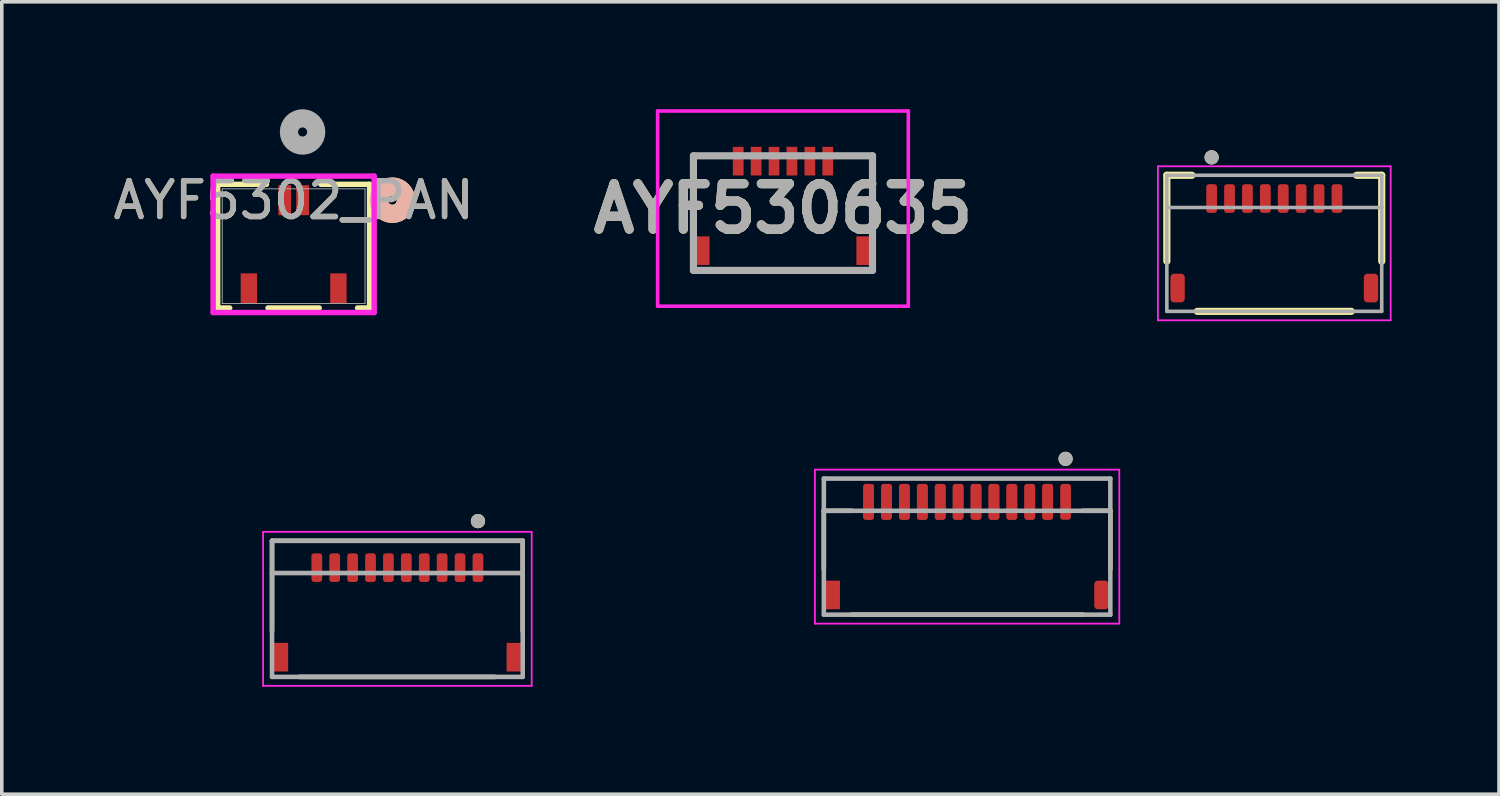
<source format=kicad_pcb>
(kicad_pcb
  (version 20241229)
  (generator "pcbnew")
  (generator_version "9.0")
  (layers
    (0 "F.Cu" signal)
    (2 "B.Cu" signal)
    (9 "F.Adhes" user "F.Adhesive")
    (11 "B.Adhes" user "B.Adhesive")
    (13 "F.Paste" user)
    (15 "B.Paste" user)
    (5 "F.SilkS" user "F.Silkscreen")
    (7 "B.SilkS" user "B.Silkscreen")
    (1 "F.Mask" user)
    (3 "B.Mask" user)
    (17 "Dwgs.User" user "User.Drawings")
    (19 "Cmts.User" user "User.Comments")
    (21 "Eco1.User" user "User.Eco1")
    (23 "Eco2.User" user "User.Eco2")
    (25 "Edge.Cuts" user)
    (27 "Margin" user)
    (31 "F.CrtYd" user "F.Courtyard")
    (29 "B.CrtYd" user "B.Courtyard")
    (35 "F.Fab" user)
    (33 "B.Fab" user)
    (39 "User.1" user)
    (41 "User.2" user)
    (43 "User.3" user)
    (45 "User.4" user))
  (footprint "AYF530635"
    (layer "F.Cu")
    (at 18.813 2.9)
    (property "Reference" "AYF530635" (at 0 -0.125 0) (layer "F.SilkS") (effects (font (size 1.27 1.27) (thickness 0.254))))
    (attr smd)
    (fp_line (start 1.5 1.6) (end -1.5 1.6) (stroke (width 0.1) (type solid)) (layer "F.SilkS"))
    (fp_line (start -3.5 -2.85) (end 3.5 -2.85) (stroke (width 0.1) (type solid)) (layer "F.CrtYd"))
    (fp_line (start -3.5 2.6) (end -3.5 -2.85) (stroke (width 0.1) (type solid)) (layer "F.CrtYd"))
    (fp_line (start 3.5 -2.85) (end 3.5 2.6) (stroke (width 0.1) (type solid)) (layer "F.CrtYd"))
    (fp_line (start 3.5 2.6) (end -3.5 2.6) (stroke (width 0.1) (type solid)) (layer "F.CrtYd"))
    (fp_line (start -2.5 -1.6) (end 2.5 -1.6) (stroke (width 0.2) (type solid)) (layer "F.Fab"))
    (fp_line (start -2.5 1.6) (end -2.5 -1.6) (stroke (width 0.2) (type solid)) (layer "F.Fab"))
    (fp_line (start 2.5 -1.6) (end 2.5 1.6) (stroke (width 0.2) (type solid)) (layer "F.Fab"))
    (fp_line (start 2.5 1.6) (end -2.5 1.6) (stroke (width 0.2) (type solid)) (layer "F.Fab"))
    (fp_text user "${REFERENCE}" (at 0 -0.125 0) (layer "F.Fab") (effects (font (size 1.27 1.27) (thickness 0.254))))
    (pad "1" smd rect (at -1.25 -1.45) (size 0.3 0.8) (layers "F.Cu" "F.Mask" "F.Paste"))
    (pad "2" smd rect (at -0.75 -1.45) (size 0.3 0.8) (layers "F.Cu" "F.Mask" "F.Paste"))
    (pad "3" smd rect (at -0.25 -1.45) (size 0.3 0.8) (layers "F.Cu" "F.Mask" "F.Paste"))
    (pad "4" smd rect (at 0.25 -1.45) (size 0.3 0.8) (layers "F.Cu" "F.Mask" "F.Paste"))
    (pad "5" smd rect (at 0.75 -1.45) (size 0.3 0.8) (layers "F.Cu" "F.Mask" "F.Paste"))
    (pad "6" smd rect (at 1.25 -1.45) (size 0.3 0.8) (layers "F.Cu" "F.Mask" "F.Paste"))
    (pad "7" smd rect (at -2.25 1.05) (size 0.4 0.8) (layers "F.Cu" "F.Mask" "F.Paste"))
    (pad "7" smd rect (at 2.25 1.05) (size 0.4 0.8) (layers "F.Cu" "F.Mask" "F.Paste")))
  (footprint "AYF5302_PAN"
    (layer "F.Cu")
    (at 5.149 3.823)
    (property "Reference" "AYF5302_PAN" (at 0 -1.283 0) (unlocked yes) (layer "F.SilkS") (effects (font (size 1 1) (thickness 0.15))))
    (attr smd)
    (fp_line (start -2.121 -1.727) (end -2.121 1.727) (stroke (width 0.152) (type solid)) (layer "F.SilkS"))
    (fp_line (start -2.121 1.727) (end -1.785 1.727) (stroke (width 0.152) (type solid)) (layer "F.SilkS"))
    (fp_line (start -0.76 -1.727) (end -2.121 -1.727) (stroke (width 0.152) (type solid)) (layer "F.SilkS"))
    (fp_line (start -0.715 1.727) (end 0.715 1.727) (stroke (width 0.152) (type solid)) (layer "F.SilkS"))
    (fp_line (start 1.785 1.727) (end 2.121 1.727) (stroke (width 0.152) (type solid)) (layer "F.SilkS"))
    (fp_line (start 2.121 -1.727) (end 0.76 -1.727) (stroke (width 0.152) (type solid)) (layer "F.SilkS"))
    (fp_line (start 2.121 1.727) (end 2.121 -1.727) (stroke (width 0.152) (type solid)) (layer "F.SilkS"))
    (fp_circle (center 2.756 -1.283) (end 3.137 -1.283) (stroke (width 0.508) (type solid)) (fill no) (layer "F.SilkS"))
    (fp_circle (center 2.756 -1.283) (end 3.137 -1.283) (stroke (width 0.508) (type solid)) (fill no) (layer "B.SilkS"))
    (fp_line (start -2.248 -1.956) (end -2.248 1.854) (stroke (width 0.152) (type solid)) (layer "F.CrtYd"))
    (fp_line (start -2.248 1.854) (end 2.248 1.854) (stroke (width 0.152) (type solid)) (layer "F.CrtYd"))
    (fp_line (start 2.248 -1.956) (end -2.248 -1.956) (stroke (width 0.152) (type solid)) (layer "F.CrtYd"))
    (fp_line (start 2.248 1.854) (end 2.248 -1.956) (stroke (width 0.152) (type solid)) (layer "F.CrtYd"))
    (fp_line (start -1.994 -1.6) (end -1.994 1.6) (stroke (width 0.025) (type solid)) (layer "F.Fab"))
    (fp_line (start -1.994 1.6) (end 1.994 1.6) (stroke (width 0.025) (type solid)) (layer "F.Fab"))
    (fp_line (start 1.994 -1.6) (end -1.994 -1.6) (stroke (width 0.025) (type solid)) (layer "F.Fab"))
    (fp_line (start 1.994 1.6) (end 1.994 -1.6) (stroke (width 0.025) (type solid)) (layer "F.Fab"))
    (fp_circle (center 0.25 -3.188) (end 0.631 -3.188) (stroke (width 0.508) (type solid)) (fill no) (layer "F.Fab"))
    (fp_text user "${REFERENCE}" (at 0 -1.283 0) (unlocked yes) (layer "F.Fab") (effects (font (size 1 1) (thickness 0.15))))
    (pad "1" smd rect (at 0.25 -1.283) (size 0.356 0.838) (layers "F.Cu" "F.Mask" "F.Paste"))
    (pad "2" smd rect (at -0.25 -1.283) (size 0.356 0.838) (layers "F.Cu" "F.Mask" "F.Paste"))
    (pad "3" smd rect (at -1.25 1.179) (size 0.457 0.838) (layers "F.Cu" "F.Mask" "F.Paste"))
    (pad "4" smd rect (at 1.25 1.179) (size 0.457 0.838) (layers "F.Cu" "F.Mask" "F.Paste")))
  (footprint "FH34SRJ-12S-0.5SH(50)"
    (layer "F.Cu")
    (at 23.954 12.313)
    (property "Reference" "FH34SRJ-12S-0.5SH(50)" (at -1.968 -2.756 0) (layer "User.2") (effects (font (size 0.64 0.64) (thickness 0.15))))
    (attr smd)
    (fp_line (start -4 -1.1) (end -4 0.53) (stroke (width 0.127) (type solid)) (layer "F.SilkS"))
    (fp_line (start -3.23 1.8) (end 3.23 1.8) (stroke (width 0.127) (type solid)) (layer "F.SilkS"))
    (fp_line (start -3.22 -1.1) (end -4 -1.1) (stroke (width 0.127) (type solid)) (layer "F.SilkS"))
    (fp_line (start 3.22 -1.1) (end 4 -1.1) (stroke (width 0.127) (type solid)) (layer "F.SilkS"))
    (fp_line (start 4 -1.1) (end 4 0.53) (stroke (width 0.127) (type solid)) (layer "F.SilkS"))
    (fp_circle (center 2.75 -2.55) (end 2.85 -2.55) (stroke (width 0.2) (type solid)) (fill no) (layer "F.SilkS"))
    (fp_rect (start -2.83 -1.79) (end -2.67 -1.05) (stroke (width 0.12) (type solid)) (fill yes) (layer "F.Paste"))
    (fp_rect (start -2.83 -1.78) (end -2.67 -1.05) (stroke (width 0.12) (type solid)) (fill yes) (layer "F.Paste"))
    (fp_rect (start -2.33 -1.79) (end -2.17 -1.05) (stroke (width 0.12) (type solid)) (fill yes) (layer "F.Paste"))
    (fp_rect (start -2.33 -1.78) (end -2.17 -1.05) (stroke (width 0.12) (type solid)) (fill yes) (layer "F.Paste"))
    (fp_rect (start -1.83 -1.79) (end -1.67 -1.05) (stroke (width 0.12) (type solid)) (fill yes) (layer "F.Paste"))
    (fp_rect (start -1.83 -1.78) (end -1.67 -1.05) (stroke (width 0.12) (type solid)) (fill yes) (layer "F.Paste"))
    (fp_rect (start -1.33 -1.79) (end -1.17 -1.05) (stroke (width 0.12) (type solid)) (fill yes) (layer "F.Paste"))
    (fp_rect (start -1.33 -1.78) (end -1.17 -1.05) (stroke (width 0.12) (type solid)) (fill yes) (layer "F.Paste"))
    (fp_rect (start -0.83 -1.79) (end -0.67 -1.05) (stroke (width 0.12) (type solid)) (fill yes) (layer "F.Paste"))
    (fp_rect (start -0.83 -1.78) (end -0.67 -1.05) (stroke (width 0.12) (type solid)) (fill yes) (layer "F.Paste"))
    (fp_rect (start -0.33 -1.79) (end -0.17 -1.05) (stroke (width 0.12) (type solid)) (fill yes) (layer "F.Paste"))
    (fp_rect (start -0.33 -1.78) (end -0.17 -1.05) (stroke (width 0.12) (type solid)) (fill yes) (layer "F.Paste"))
    (fp_rect (start 0.17 -1.79) (end 0.33 -1.05) (stroke (width 0.12) (type solid)) (fill yes) (layer "F.Paste"))
    (fp_rect (start 0.17 -1.78) (end 0.33 -1.05) (stroke (width 0.12) (type solid)) (fill yes) (layer "F.Paste"))
    (fp_rect (start 0.67 -1.79) (end 0.83 -1.05) (stroke (width 0.12) (type solid)) (fill yes) (layer "F.Paste"))
    (fp_rect (start 0.67 -1.78) (end 0.83 -1.05) (stroke (width 0.12) (type solid)) (fill yes) (layer "F.Paste"))
    (fp_rect (start 1.17 -1.79) (end 1.33 -1.05) (stroke (width 0.12) (type solid)) (fill yes) (layer "F.Paste"))
    (fp_rect (start 1.17 -1.78) (end 1.33 -1.05) (stroke (width 0.12) (type solid)) (fill yes) (layer "F.Paste"))
    (fp_rect (start 1.67 -1.79) (end 1.83 -1.05) (stroke (width 0.12) (type solid)) (fill yes) (layer "F.Paste"))
    (fp_rect (start 1.67 -1.78) (end 1.83 -1.05) (stroke (width 0.12) (type solid)) (fill yes) (layer "F.Paste"))
    (fp_rect (start 2.17 -1.79) (end 2.33 -1.05) (stroke (width 0.12) (type solid)) (fill yes) (layer "F.Paste"))
    (fp_rect (start 2.17 -1.78) (end 2.33 -1.05) (stroke (width 0.12) (type solid)) (fill yes) (layer "F.Paste"))
    (fp_rect (start 2.67 -1.78) (end 2.83 -1.05) (stroke (width 0.12) (type solid)) (fill yes) (layer "F.Paste"))
    (fp_line (start -4.25 -2.25) (end -4.25 2.05) (stroke (width 0.05) (type solid)) (layer "F.CrtYd"))
    (fp_line (start -4.25 2.05) (end 4.25 2.05) (stroke (width 0.05) (type solid)) (layer "F.CrtYd"))
    (fp_line (start 4.25 -2.25) (end -4.25 -2.25) (stroke (width 0.05) (type solid)) (layer "F.CrtYd"))
    (fp_line (start 4.25 2.05) (end 4.25 -2.25) (stroke (width 0.05) (type solid)) (layer "F.CrtYd"))
    (fp_line (start -4 -2) (end 4 -2) (stroke (width 0.127) (type solid)) (layer "F.Fab"))
    (fp_line (start -4 -1.1) (end -4 -2) (stroke (width 0.127) (type solid)) (layer "F.Fab"))
    (fp_line (start -4 -1.1) (end 4 -1.1) (stroke (width 0.127) (type solid)) (layer "F.Fab"))
    (fp_line (start -4 1.8) (end -4 -1.1) (stroke (width 0.127) (type solid)) (layer "F.Fab"))
    (fp_line (start 4 -2) (end 4 -1.1) (stroke (width 0.127) (type solid)) (layer "F.Fab"))
    (fp_line (start 4 -1.1) (end 4 1.8) (stroke (width 0.127) (type solid)) (layer "F.Fab"))
    (fp_line (start 4 1.8) (end -4 1.8) (stroke (width 0.127) (type solid)) (layer "F.Fab"))
    (fp_circle (center 2.75 -2.55) (end 2.85 -2.55) (stroke (width 0.2) (type solid)) (fill no) (layer "F.Fab"))
    (pad "1" smd roundrect (at 2.75 -1.35) (size 0.3 1) (layers "F.Cu" "F.Mask") (roundrect_rratio 0.25))
    (pad "2" smd roundrect (at 2.25 -1.35) (size 0.3 1) (layers "F.Cu" "F.Mask") (roundrect_rratio 0.25))
    (pad "2" smd roundrect (at 2.25 -1.35) (size 0.3 1) (layers "F.Cu" "F.Mask") (roundrect_rratio 0.25))
    (pad "3" smd roundrect (at 1.75 -1.35) (size 0.3 1) (layers "F.Cu" "F.Mask") (roundrect_rratio 0.25))
    (pad "3" smd roundrect (at 1.75 -1.35) (size 0.3 1) (layers "F.Cu" "F.Mask") (roundrect_rratio 0.25))
    (pad "4" smd roundrect (at 1.25 -1.35) (size 0.3 1) (layers "F.Cu" "F.Mask") (roundrect_rratio 0.25))
    (pad "4" smd roundrect (at 1.25 -1.35) (size 0.3 1) (layers "F.Cu" "F.Mask") (roundrect_rratio 0.25))
    (pad "5" smd roundrect (at 0.75 -1.35) (size 0.3 1) (layers "F.Cu" "F.Mask") (roundrect_rratio 0.25))
    (pad "5" smd roundrect (at 0.75 -1.35) (size 0.3 1) (layers "F.Cu" "F.Mask") (roundrect_rratio 0.25))
    (pad "6" smd roundrect (at 0.25 -1.35) (size 0.3 1) (layers "F.Cu" "F.Mask") (roundrect_rratio 0.25))
    (pad "6" smd roundrect (at 0.25 -1.35) (size 0.3 1) (layers "F.Cu" "F.Mask") (roundrect_rratio 0.25))
    (pad "7" smd roundrect (at -0.25 -1.35) (size 0.3 1) (layers "F.Cu" "F.Mask") (roundrect_rratio 0.25))
    (pad "7" smd roundrect (at -0.25 -1.35) (size 0.3 1) (layers "F.Cu" "F.Mask") (roundrect_rratio 0.25))
    (pad "8" smd roundrect (at -0.75 -1.35) (size 0.3 1) (layers "F.Cu" "F.Mask") (roundrect_rratio 0.25))
    (pad "8" smd roundrect (at -0.75 -1.35) (size 0.3 1) (layers "F.Cu" "F.Mask") (roundrect_rratio 0.25))
    (pad "9" smd roundrect (at -1.25 -1.35) (size 0.3 1) (layers "F.Cu" "F.Mask") (roundrect_rratio 0.25))
    (pad "9" smd roundrect (at -1.25 -1.35) (size 0.3 1) (layers "F.Cu" "F.Mask") (roundrect_rratio 0.25))
    (pad "10" smd roundrect (at -1.75 -1.35) (size 0.3 1) (layers "F.Cu" "F.Mask") (roundrect_rratio 0.25))
    (pad "10" smd roundrect (at -1.75 -1.35) (size 0.3 1) (layers "F.Cu" "F.Mask") (roundrect_rratio 0.25))
    (pad "11" smd roundrect (at -2.25 -1.35) (size 0.3 1) (layers "F.Cu" "F.Mask") (roundrect_rratio 0.25))
    (pad "11" smd roundrect (at -2.25 -1.35) (size 0.3 1) (layers "F.Cu" "F.Mask") (roundrect_rratio 0.25))
    (pad "12" smd roundrect (at -2.75 -1.35) (size 0.3 1) (layers "F.Cu" "F.Mask") (roundrect_rratio 0.25))
    (pad "12" smd roundrect (at -2.75 -1.35) (size 0.3 1) (layers "F.Cu" "F.Mask") (roundrect_rratio 0.25))
    (pad "SH" smd rect (at -3.75 1.25 180) (size 0.4 0.8) (layers "F.Cu" "F.Mask" "F.Paste"))
    (pad "SH" smd roundrect (at 3.75 1.25 180) (size 0.4 0.8) (layers "F.Cu" "F.Mask" "F.Paste") (roundrect_rratio 0.25)))
  (footprint "FH34SRJ-10S-0.5SH(50)"
    (layer "F.Cu")
    (at 8.046 13.951)
    (property "Reference" "FH34SRJ-10S-0.5SH(50)" (at -1.75 -4.4 0) (layer "User.2") (effects (font (size 0.63 0.63) (thickness 0.15))))
    (attr smd)
    (fp_line (start -3.5 -1.9) (end -3.5 0.63) (stroke (width 0.127) (type solid)) (layer "F.SilkS"))
    (fp_line (start -2.73 1.9) (end 2.73 1.9) (stroke (width 0.127) (type solid)) (layer "F.SilkS"))
    (fp_line (start 3.5 -1.9) (end -3.5 -1.9) (stroke (width 0.127) (type solid)) (layer "F.SilkS"))
    (fp_line (start 3.5 0.63) (end 3.5 -1.9) (stroke (width 0.127) (type solid)) (layer "F.SilkS"))
    (fp_circle (center 2.25 -2.45) (end 2.35 -2.45) (stroke (width 0.2) (type solid)) (fill no) (layer "F.SilkS"))
    (fp_line (start -3.75 -2.15) (end -3.75 2.15) (stroke (width 0.05) (type solid)) (layer "F.CrtYd"))
    (fp_line (start -3.75 2.15) (end 3.75 2.15) (stroke (width 0.05) (type solid)) (layer "F.CrtYd"))
    (fp_line (start 3.75 -2.15) (end -3.75 -2.15) (stroke (width 0.05) (type solid)) (layer "F.CrtYd"))
    (fp_line (start 3.75 2.15) (end 3.75 -2.15) (stroke (width 0.05) (type solid)) (layer "F.CrtYd"))
    (fp_line (start -3.5 -1.9) (end 3.5 -1.9) (stroke (width 0.127) (type solid)) (layer "F.Fab"))
    (fp_line (start -3.5 -1) (end -3.5 -1.9) (stroke (width 0.127) (type solid)) (layer "F.Fab"))
    (fp_line (start -3.5 -1) (end -3.5 1.9) (stroke (width 0.127) (type solid)) (layer "F.Fab"))
    (fp_line (start -3.5 1.9) (end 3.5 1.9) (stroke (width 0.127) (type solid)) (layer "F.Fab"))
    (fp_line (start 3.5 -1.9) (end 3.5 -1) (stroke (width 0.127) (type solid)) (layer "F.Fab"))
    (fp_line (start 3.5 -1) (end -3.5 -1) (stroke (width 0.127) (type solid)) (layer "F.Fab"))
    (fp_line (start 3.5 1.9) (end 3.5 -1) (stroke (width 0.127) (type solid)) (layer "F.Fab"))
    (fp_circle (center 2.25 -2.45) (end 2.35 -2.45) (stroke (width 0.2) (type solid)) (fill no) (layer "F.Fab"))
    (pad "1" smd roundrect (at 2.25 -1.15) (size 0.3 0.8) (layers "F.Cu" "F.Mask" "F.Paste") (roundrect_rratio 0.25))
    (pad "2" smd roundrect (at 1.75 -1.15) (size 0.3 0.8) (layers "F.Cu" "F.Mask" "F.Paste") (roundrect_rratio 0.25))
    (pad "3" smd roundrect (at 1.25 -1.15) (size 0.3 0.8) (layers "F.Cu" "F.Mask" "F.Paste") (roundrect_rratio 0.25))
    (pad "4" smd roundrect (at 0.75 -1.15) (size 0.3 0.8) (layers "F.Cu" "F.Mask" "F.Paste") (roundrect_rratio 0.25))
    (pad "5" smd roundrect (at 0.25 -1.15) (size 0.3 0.8) (layers "F.Cu" "F.Mask" "F.Paste") (roundrect_rratio 0.25))
    (pad "6" smd roundrect (at -0.25 -1.15) (size 0.3 0.8) (layers "F.Cu" "F.Mask" "F.Paste") (roundrect_rratio 0.25))
    (pad "7" smd roundrect (at -0.75 -1.15) (size 0.3 0.8) (layers "F.Cu" "F.Mask" "F.Paste") (roundrect_rratio 0.25))
    (pad "8" smd roundrect (at -1.25 -1.15) (size 0.3 0.8) (layers "F.Cu" "F.Mask" "F.Paste") (roundrect_rratio 0.25))
    (pad "9" smd roundrect (at -1.75 -1.15) (size 0.3 0.8) (layers "F.Cu" "F.Mask" "F.Paste") (roundrect_rratio 0.25))
    (pad "10" smd roundrect (at -2.25 -1.15) (size 0.3 0.8) (layers "F.Cu" "F.Mask" "F.Paste") (roundrect_rratio 0.25))
    (pad "SH" smd rect (at -3.25 1.35 180) (size 0.4 0.8) (layers "F.Cu" "F.Mask" "F.Paste"))
    (pad "SH" smd rect (at 3.25 1.35 180) (size 0.4 0.8) (layers "F.Cu" "F.Mask" "F.Paste")))
  (footprint "FFC2B28-08-G"
    (layer "F.Cu")
    (at 32.532 3.744)
    (property "Reference" "FFC2B28-08-G" (at -1.218 -3.106 0) (layer "User.2") (effects (font (size 0.64 0.64) (thickness 0.15))))
    (attr smd)
    (fp_line (start -3 -1.9) (end -2.3 -1.9) (stroke (width 0.2) (type solid)) (layer "F.SilkS"))
    (fp_line (start -3 0.5) (end -3 -1.9) (stroke (width 0.2) (type solid)) (layer "F.SilkS"))
    (fp_line (start -2.15 1.9) (end 2.15 1.9) (stroke (width 0.2) (type solid)) (layer "F.SilkS"))
    (fp_line (start 2.3 -1.9) (end 3 -1.9) (stroke (width 0.2) (type solid)) (layer "F.SilkS"))
    (fp_line (start 3 -1.9) (end 3 0.5) (stroke (width 0.2) (type solid)) (layer "F.SilkS"))
    (fp_circle (center -1.75 -2.4) (end -1.65 -2.4) (stroke (width 0.2) (type solid)) (fill no) (layer "F.SilkS"))
    (fp_line (start -3.25 -2.15) (end -3.25 2.15) (stroke (width 0.05) (type solid)) (layer "F.CrtYd"))
    (fp_line (start -3.25 2.15) (end 3.25 2.15) (stroke (width 0.05) (type solid)) (layer "F.CrtYd"))
    (fp_line (start 3.25 -2.15) (end -3.25 -2.15) (stroke (width 0.05) (type solid)) (layer "F.CrtYd"))
    (fp_line (start 3.25 2.15) (end 3.25 -2.15) (stroke (width 0.05) (type solid)) (layer "F.CrtYd"))
    (fp_line (start -3 -1.9) (end 3 -1.9) (stroke (width 0.1) (type solid)) (layer "F.Fab"))
    (fp_line (start -3 -1) (end -3 -1.9) (stroke (width 0.1) (type solid)) (layer "F.Fab"))
    (fp_line (start -3 -1) (end 3 -1) (stroke (width 0.1) (type solid)) (layer "F.Fab"))
    (fp_line (start -3 1.9) (end -3 -1) (stroke (width 0.1) (type solid)) (layer "F.Fab"))
    (fp_line (start 3 -1.9) (end 3 -1) (stroke (width 0.1) (type solid)) (layer "F.Fab"))
    (fp_line (start 3 -1) (end 3 1.9) (stroke (width 0.1) (type solid)) (layer "F.Fab"))
    (fp_line (start 3 1.9) (end -3 1.9) (stroke (width 0.1) (type solid)) (layer "F.Fab"))
    (fp_circle (center -1.75 -2.4) (end -1.65 -2.4) (stroke (width 0.2) (type solid)) (fill no) (layer "F.Fab"))
    (pad "1" smd roundrect (at -1.75 -1.25) (size 0.3 0.8) (layers "F.Cu" "F.Mask" "F.Paste") (roundrect_rratio 0.25))
    (pad "2" smd roundrect (at -1.25 -1.25) (size 0.3 0.8) (layers "F.Cu" "F.Mask" "F.Paste") (roundrect_rratio 0.25))
    (pad "3" smd roundrect (at -0.75 -1.25) (size 0.3 0.8) (layers "F.Cu" "F.Mask" "F.Paste") (roundrect_rratio 0.25))
    (pad "4" smd roundrect (at -0.25 -1.25) (size 0.3 0.8) (layers "F.Cu" "F.Mask" "F.Paste") (roundrect_rratio 0.25))
    (pad "5" smd roundrect (at 0.25 -1.25) (size 0.3 0.8) (layers "F.Cu" "F.Mask" "F.Paste") (roundrect_rratio 0.25))
    (pad "6" smd roundrect (at 0.75 -1.25) (size 0.3 0.8) (layers "F.Cu" "F.Mask" "F.Paste") (roundrect_rratio 0.25))
    (pad "7" smd roundrect (at 1.25 -1.25) (size 0.3 0.8) (layers "F.Cu" "F.Mask" "F.Paste") (roundrect_rratio 0.25))
    (pad "8" smd roundrect (at 1.75 -1.25) (size 0.3 0.8) (layers "F.Cu" "F.Mask" "F.Paste") (roundrect_rratio 0.25))
    (pad "S1" smd roundrect (at -2.7 1.25) (size 0.4 0.8) (layers "F.Cu" "F.Mask" "F.Paste") (roundrect_rratio 0.25))
    (pad "S2" smd roundrect (at 2.7 1.25) (size 0.4 0.8) (layers "F.Cu" "F.Mask" "F.Paste") (roundrect_rratio 0.25)))
  (gr_rect
    (start -3 -3)
    (end 38.807 19.126)
    (stroke (width 0.1) (type default))
    (fill no)
    (layer "Edge.Cuts")))
</source>
